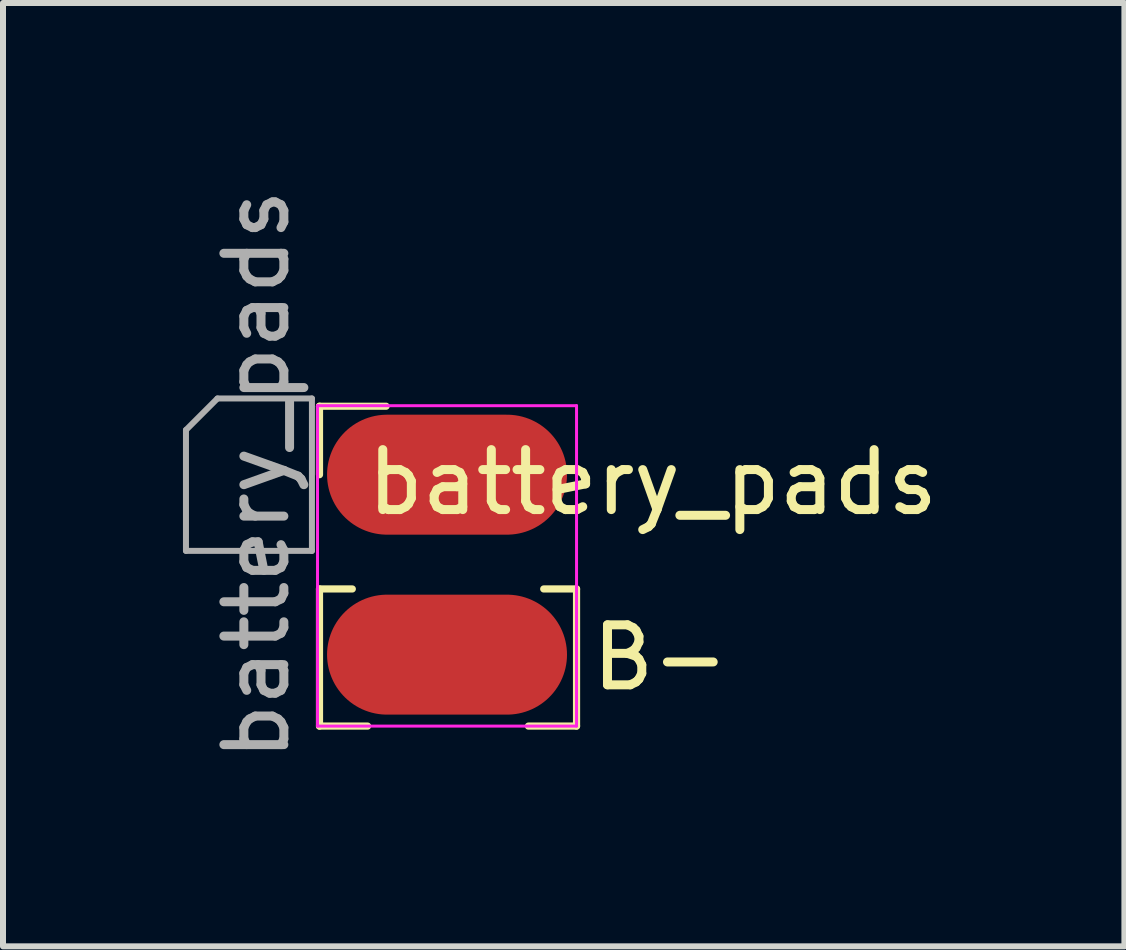
<source format=kicad_pcb>
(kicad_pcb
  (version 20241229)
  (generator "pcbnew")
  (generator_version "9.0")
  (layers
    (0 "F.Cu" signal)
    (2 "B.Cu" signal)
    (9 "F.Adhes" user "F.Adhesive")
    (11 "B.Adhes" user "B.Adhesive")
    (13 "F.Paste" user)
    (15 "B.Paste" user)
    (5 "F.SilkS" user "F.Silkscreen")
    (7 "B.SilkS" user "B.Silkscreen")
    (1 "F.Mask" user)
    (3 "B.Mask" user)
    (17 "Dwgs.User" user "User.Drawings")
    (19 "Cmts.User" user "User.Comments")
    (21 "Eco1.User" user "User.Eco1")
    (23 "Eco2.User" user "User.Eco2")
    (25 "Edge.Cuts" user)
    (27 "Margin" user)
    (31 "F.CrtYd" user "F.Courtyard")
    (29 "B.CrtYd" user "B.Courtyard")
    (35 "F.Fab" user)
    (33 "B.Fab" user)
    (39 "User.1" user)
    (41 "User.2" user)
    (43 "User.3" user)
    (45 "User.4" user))
  (footprint "battery_pads"
    (layer "F.Cu")
    (at 4.402 4.863)
    (property "Reference" "battery_pads" (at 3.429 0.127 0) (layer "F.SilkS") (effects (font (size 1 1) (thickness 0.15))))
    (attr smd)
    (fp_line (start -2.126 -1.141) (end -1.016 -1.141) (stroke (width 0.12) (type solid)) (layer "F.SilkS"))
    (fp_line (start -2.126 0) (end -2.126 -1.141) (stroke (width 0.12) (type solid)) (layer "F.SilkS"))
    (fp_line (start -2.126 1.905) (end -2.126 4.191) (stroke (width 0.12) (type solid)) (layer "F.SilkS"))
    (fp_line (start -2.126 1.905) (end -1.579 1.905) (stroke (width 0.12) (type solid)) (layer "F.SilkS"))
    (fp_line (start -2.126 4.191) (end -1.324 4.191) (stroke (width 0.12) (type solid)) (layer "F.SilkS"))
    (fp_line (start 1.357 4.191) (end 2.159 4.191) (stroke (width 0.12) (type solid)) (layer "F.SilkS"))
    (fp_line (start 1.612 1.905) (end 2.159 1.905) (stroke (width 0.12) (type solid)) (layer "F.SilkS"))
    (fp_line (start 2.159 1.905) (end 2.159 4.191) (stroke (width 0.12) (type solid)) (layer "F.SilkS"))
    (fp_line (start -2.159 -1.15) (end -2.159 4.191) (stroke (width 0.05) (type solid)) (layer "F.CrtYd"))
    (fp_line (start -2.159 4.191) (end 2.159 4.191) (stroke (width 0.05) (type solid)) (layer "F.CrtYd"))
    (fp_line (start 2.159 -1.15) (end -2.159 -1.15) (stroke (width 0.05) (type solid)) (layer "F.CrtYd"))
    (fp_line (start 2.159 4.191) (end 2.159 -1.15) (stroke (width 0.05) (type solid)) (layer "F.CrtYd"))
    (fp_line (start -4.352 -0.745) (end -3.827 -1.27) (stroke (width 0.1) (type solid)) (layer "F.Fab"))
    (fp_line (start -4.352 1.27) (end -4.352 -0.745) (stroke (width 0.1) (type solid)) (layer "F.Fab"))
    (fp_line (start -3.827 -1.27) (end -2.252 -1.27) (stroke (width 0.1) (type solid)) (layer "F.Fab"))
    (fp_line (start -2.252 -1.27) (end -2.252 1.27) (stroke (width 0.1) (type solid)) (layer "F.Fab"))
    (fp_line (start -2.252 1.27) (end -4.352 1.27) (stroke (width 0.1) (type solid)) (layer "F.Fab"))
    (fp_text user "B-" (at 3.556 3.048 0) (layer "F.SilkS") (effects (font (size 1 1) (thickness 0.15))))
    (fp_text user "${REFERENCE}" (at -3.175 0 90) (layer "F.Fab") (effects (font (size 1 1) (thickness 0.15))))
    (pad "1" smd oval (at 0 0) (size 4 2) (layers "F.Cu" "F.Mask" "F.Paste"))
    (pad "2" smd oval (at 0 3) (size 4 2) (layers "F.Cu" "F.Mask" "F.Paste")))
  (gr_rect
    (start -3 -3)
    (end 15.694 12.726)
    (stroke (width 0.1) (type default))
    (fill no)
    (layer "Edge.Cuts")))
</source>
